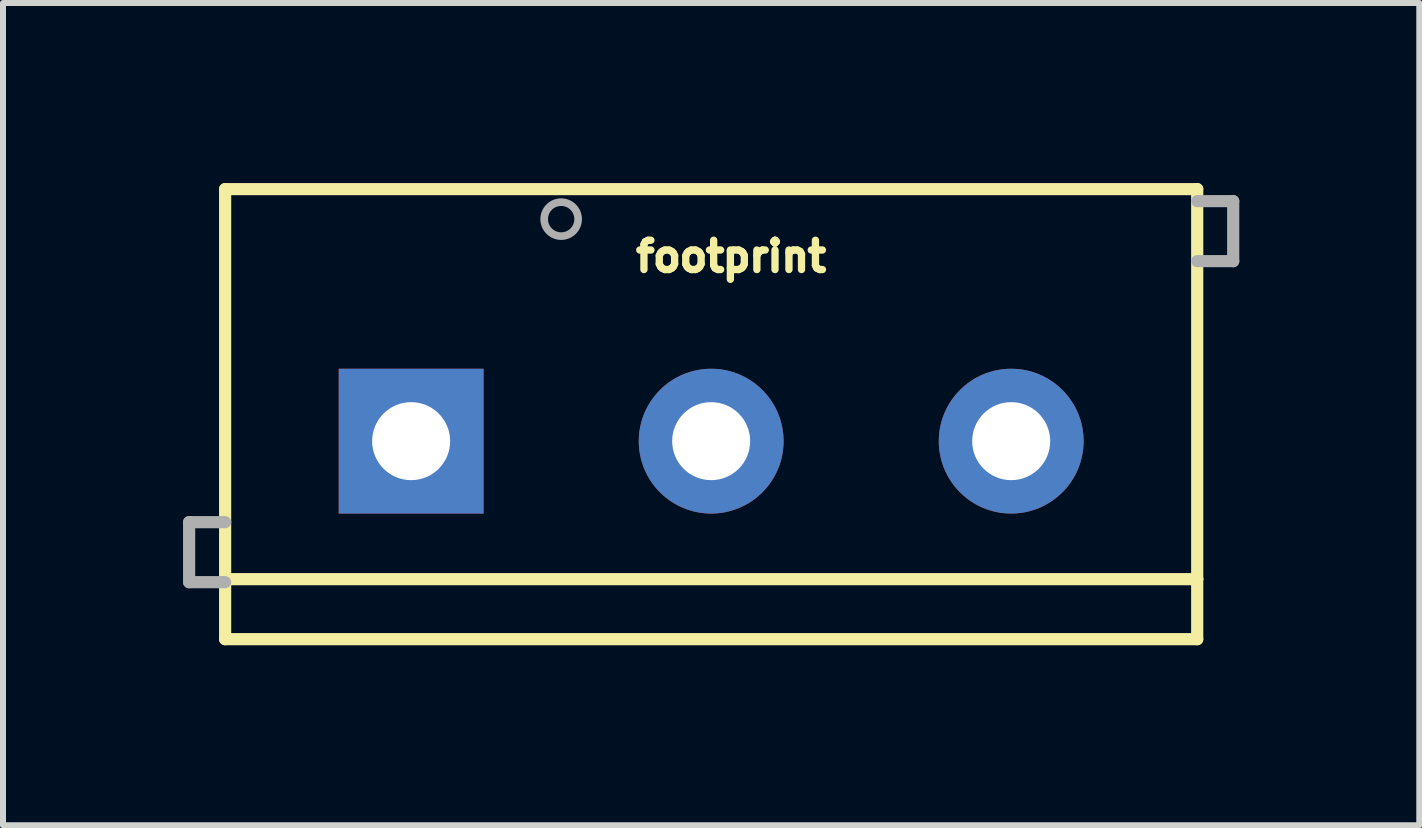
<source format=kicad_pcb>
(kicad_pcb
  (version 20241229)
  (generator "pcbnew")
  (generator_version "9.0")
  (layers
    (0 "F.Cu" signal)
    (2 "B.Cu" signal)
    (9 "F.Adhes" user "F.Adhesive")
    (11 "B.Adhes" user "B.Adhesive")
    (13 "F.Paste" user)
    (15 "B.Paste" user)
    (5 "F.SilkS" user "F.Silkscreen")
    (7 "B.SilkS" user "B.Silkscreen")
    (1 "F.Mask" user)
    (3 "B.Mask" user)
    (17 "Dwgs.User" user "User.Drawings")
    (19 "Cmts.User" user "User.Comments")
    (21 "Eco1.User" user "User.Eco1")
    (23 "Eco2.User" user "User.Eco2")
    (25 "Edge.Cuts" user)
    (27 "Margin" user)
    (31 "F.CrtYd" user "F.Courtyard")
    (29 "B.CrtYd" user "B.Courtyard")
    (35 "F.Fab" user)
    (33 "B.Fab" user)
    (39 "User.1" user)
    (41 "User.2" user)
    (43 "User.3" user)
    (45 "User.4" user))
  (footprint "footprint"
    (layer "F.Cu")
    (at 3.802 4.302)
    (property "Reference" "footprint" (at 3.683 -2.794 0) (layer "F.SilkS") (effects (font (size 0.488 0.488) (thickness 0.122)) (justify left bottom)))
    (fp_line (start -3.1 -4.2) (end 13.1 -4.2) (stroke (width 0.203) (type solid)) (layer "F.SilkS"))
    (fp_line (start -3.1 2.3) (end -3.1 -4.2) (stroke (width 0.203) (type solid)) (layer "F.SilkS"))
    (fp_line (start -3.1 3.3) (end -3.1 2.3) (stroke (width 0.203) (type solid)) (layer "F.SilkS"))
    (fp_line (start 13.1 -4.2) (end 13.1 2.3) (stroke (width 0.203) (type solid)) (layer "F.SilkS"))
    (fp_line (start 13.1 2.3) (end -3.1 2.3) (stroke (width 0.203) (type solid)) (layer "F.SilkS"))
    (fp_line (start 13.1 2.3) (end 13.1 3.3) (stroke (width 0.203) (type solid)) (layer "F.SilkS"))
    (fp_line (start 13.1 3.3) (end -3.1 3.3) (stroke (width 0.203) (type solid)) (layer "F.SilkS"))
    (fp_line (start -3.7 1.35) (end -3.7 2.35) (stroke (width 0.203) (type solid)) (layer "F.Fab"))
    (fp_line (start -3.7 2.35) (end -3.1 2.35) (stroke (width 0.203) (type solid)) (layer "F.Fab"))
    (fp_line (start -3.1 1.35) (end -3.7 1.35) (stroke (width 0.203) (type solid)) (layer "F.Fab"))
    (fp_line (start 13.1 -4) (end 13.7 -4) (stroke (width 0.203) (type solid)) (layer "F.Fab"))
    (fp_line (start 13.7 -4) (end 13.7 -3) (stroke (width 0.203) (type solid)) (layer "F.Fab"))
    (fp_line (start 13.7 -3) (end 13.1 -3) (stroke (width 0.203) (type solid)) (layer "F.Fab"))
    (fp_circle (center 2.5 -3.7) (end 2.783 -3.7) (stroke (width 0.127) (type solid)) (fill no) (layer "F.Fab"))
    (pad "1" thru_hole rect (at 0 0) (size 2.413 2.413) (drill 1.3) (layers "*.Cu" "*.Mask"))
    (pad "2" thru_hole circle (at 5 0) (size 2.413 2.413) (drill 1.3) (layers "*.Cu" "*.Mask"))
    (pad "3" thru_hole circle (at 10 0) (size 2.413 2.413) (drill 1.3) (layers "*.Cu" "*.Mask")))
  (gr_rect
    (start -3 -3)
    (end 20.603 10.703)
    (stroke (width 0.1) (type default))
    (fill no)
    (layer "Edge.Cuts")))
</source>
